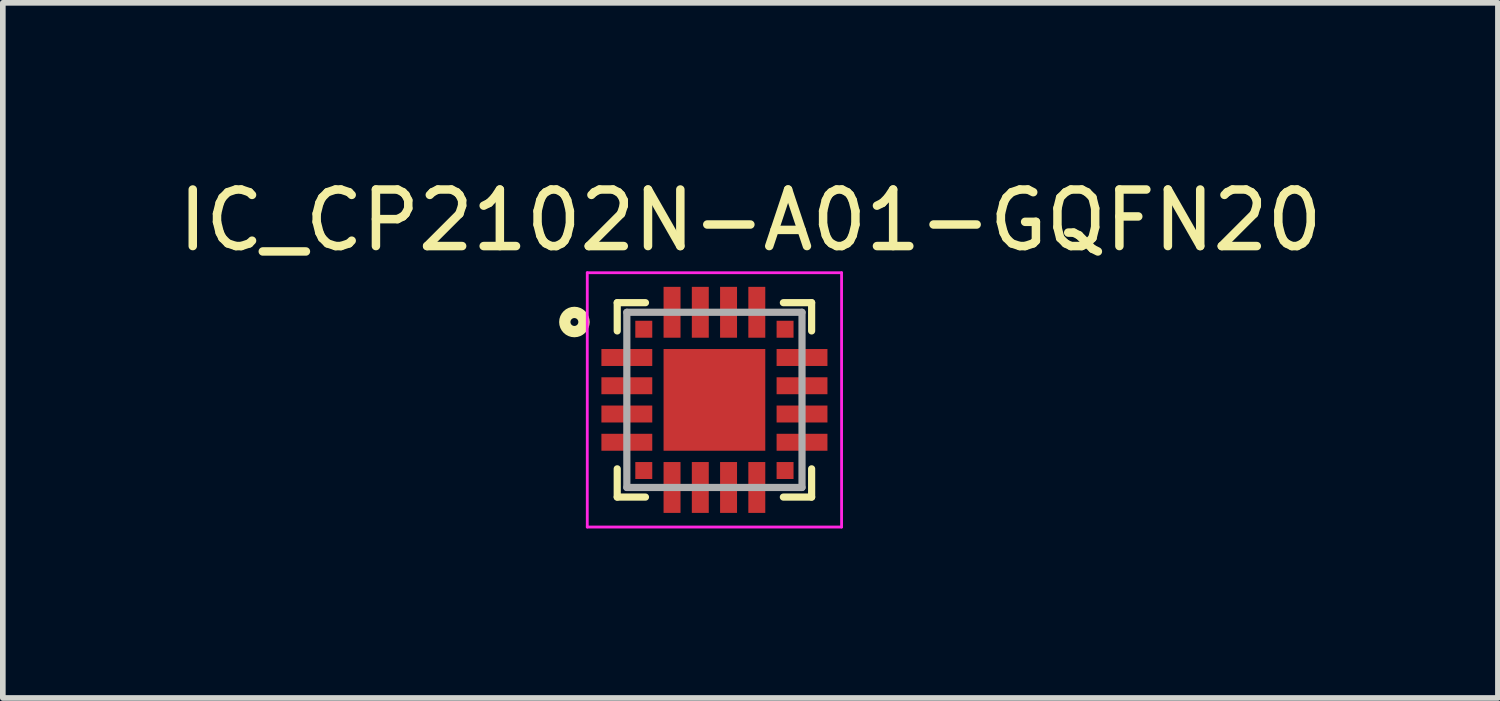
<source format=kicad_pcb>
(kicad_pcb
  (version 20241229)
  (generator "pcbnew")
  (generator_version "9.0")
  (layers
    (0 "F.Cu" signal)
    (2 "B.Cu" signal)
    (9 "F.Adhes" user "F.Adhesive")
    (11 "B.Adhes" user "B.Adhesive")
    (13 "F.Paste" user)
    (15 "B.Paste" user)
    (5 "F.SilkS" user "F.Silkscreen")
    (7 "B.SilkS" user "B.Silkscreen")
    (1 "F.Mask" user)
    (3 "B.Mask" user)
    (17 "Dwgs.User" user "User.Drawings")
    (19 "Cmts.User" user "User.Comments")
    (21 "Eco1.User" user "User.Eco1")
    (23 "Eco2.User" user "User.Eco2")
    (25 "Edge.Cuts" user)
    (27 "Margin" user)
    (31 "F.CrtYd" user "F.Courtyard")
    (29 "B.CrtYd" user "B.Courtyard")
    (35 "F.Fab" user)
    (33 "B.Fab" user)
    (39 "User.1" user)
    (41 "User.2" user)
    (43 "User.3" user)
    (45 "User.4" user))
  (footprint "IC_CP2102N-A01-GQFN20"
    (layer "F.Cu")
    (at 9.592 4.026)
    (property "Reference" "IC_CP2102N-A01-GQFN20" (at 0.636 -3.177 0) (layer "F.SilkS") (effects (font (size 1.001 1.001) (thickness 0.15))))
    (attr through_hole)
    (fp_line (start -1.72 -1.72) (end -1.72 -1.22) (stroke (width 0.127) (type solid)) (layer "F.SilkS"))
    (fp_line (start -1.72 -1.72) (end -1.22 -1.72) (stroke (width 0.127) (type solid)) (layer "F.SilkS"))
    (fp_line (start -1.72 1.72) (end -1.72 1.22) (stroke (width 0.127) (type solid)) (layer "F.SilkS"))
    (fp_line (start -1.72 1.72) (end -1.22 1.72) (stroke (width 0.127) (type solid)) (layer "F.SilkS"))
    (fp_line (start 1.22 -1.72) (end 1.72 -1.72) (stroke (width 0.127) (type solid)) (layer "F.SilkS"))
    (fp_line (start 1.22 1.72) (end 1.72 1.72) (stroke (width 0.127) (type solid)) (layer "F.SilkS"))
    (fp_line (start 1.72 -1.72) (end 1.72 -1.22) (stroke (width 0.127) (type solid)) (layer "F.SilkS"))
    (fp_line (start 1.72 1.72) (end 1.72 1.22) (stroke (width 0.127) (type solid)) (layer "F.SilkS"))
    (fp_circle (center -2.478 -1.378) (end -2.408 -1.378) (stroke (width 0.2) (type solid)) (fill no) (layer "F.SilkS"))
    (fp_poly (pts (xy -0.569 -0.569) (xy 0.569 -0.569) (xy 0.569 0.569) (xy -0.569 0.569)) (stroke (width 0.01) (type solid)) (fill yes) (layer "F.Paste"))
    (fp_line (start -2.25 -2.25) (end 2.25 -2.25) (stroke (width 0.05) (type solid)) (layer "F.CrtYd"))
    (fp_line (start -2.25 2.25) (end -2.25 -2.25) (stroke (width 0.05) (type solid)) (layer "F.CrtYd"))
    (fp_line (start 2.25 -2.25) (end 2.25 2.25) (stroke (width 0.05) (type solid)) (layer "F.CrtYd"))
    (fp_line (start 2.25 2.25) (end -2.25 2.25) (stroke (width 0.05) (type solid)) (layer "F.CrtYd"))
    (fp_line (start -1.55 -1.55) (end 1.55 -1.55) (stroke (width 0.127) (type solid)) (layer "F.Fab"))
    (fp_line (start -1.55 1.55) (end -1.55 -1.55) (stroke (width 0.127) (type solid)) (layer "F.Fab"))
    (fp_line (start 1.55 -1.55) (end 1.55 1.55) (stroke (width 0.127) (type solid)) (layer "F.Fab"))
    (fp_line (start 1.55 1.55) (end -1.55 1.55) (stroke (width 0.127) (type solid)) (layer "F.Fab"))
    (pad "1" smd rect (at -1.25 -1.25) (size 0.3 0.3) (layers "F.Cu" "F.Mask" "F.Paste"))
    (pad "2" smd rect (at -1.55 -0.75) (size 0.9 0.3) (layers "F.Cu" "F.Mask" "F.Paste"))
    (pad "3" smd rect (at -1.55 -0.25) (size 0.9 0.3) (layers "F.Cu" "F.Mask" "F.Paste"))
    (pad "4" smd rect (at -1.55 0.25) (size 0.9 0.3) (layers "F.Cu" "F.Mask" "F.Paste"))
    (pad "5" smd rect (at -1.55 0.75) (size 0.9 0.3) (layers "F.Cu" "F.Mask" "F.Paste"))
    (pad "6" smd rect (at -1.25 1.25) (size 0.3 0.3) (layers "F.Cu" "F.Mask" "F.Paste"))
    (pad "7" smd rect (at -0.75 1.55 90) (size 0.9 0.3) (layers "F.Cu" "F.Mask" "F.Paste"))
    (pad "8" smd rect (at -0.25 1.55 90) (size 0.9 0.3) (layers "F.Cu" "F.Mask" "F.Paste"))
    (pad "9" smd rect (at 0.25 1.55 90) (size 0.9 0.3) (layers "F.Cu" "F.Mask" "F.Paste"))
    (pad "10" smd rect (at 0.75 1.55 90) (size 0.9 0.3) (layers "F.Cu" "F.Mask" "F.Paste"))
    (pad "11" smd rect (at 1.25 1.25 180) (size 0.3 0.3) (layers "F.Cu" "F.Mask" "F.Paste"))
    (pad "12" smd rect (at 1.55 0.75 180) (size 0.9 0.3) (layers "F.Cu" "F.Mask" "F.Paste"))
    (pad "13" smd rect (at 1.55 0.25 180) (size 0.9 0.3) (layers "F.Cu" "F.Mask" "F.Paste"))
    (pad "14" smd rect (at 1.55 -0.25 180) (size 0.9 0.3) (layers "F.Cu" "F.Mask" "F.Paste"))
    (pad "15" smd rect (at 1.55 -0.75 180) (size 0.9 0.3) (layers "F.Cu" "F.Mask" "F.Paste"))
    (pad "16" smd rect (at 1.25 -1.25 180) (size 0.3 0.3) (layers "F.Cu" "F.Mask" "F.Paste"))
    (pad "17" smd rect (at 0.75 -1.55 270) (size 0.9 0.3) (layers "F.Cu" "F.Mask" "F.Paste"))
    (pad "18" smd rect (at 0.25 -1.55 270) (size 0.9 0.3) (layers "F.Cu" "F.Mask" "F.Paste"))
    (pad "19" smd rect (at -0.25 -1.55 270) (size 0.9 0.3) (layers "F.Cu" "F.Mask" "F.Paste"))
    (pad "20" smd rect (at -0.75 -1.55 270) (size 0.9 0.3) (layers "F.Cu" "F.Mask" "F.Paste"))
    (pad "21" smd rect (at 0 0) (size 1.8 1.8) (layers "F.Cu" "F.Mask")))
  (gr_rect
    (start -3 -3)
    (end 23.456 9.301)
    (stroke (width 0.1) (type default))
    (fill no)
    (layer "Edge.Cuts")))
</source>
